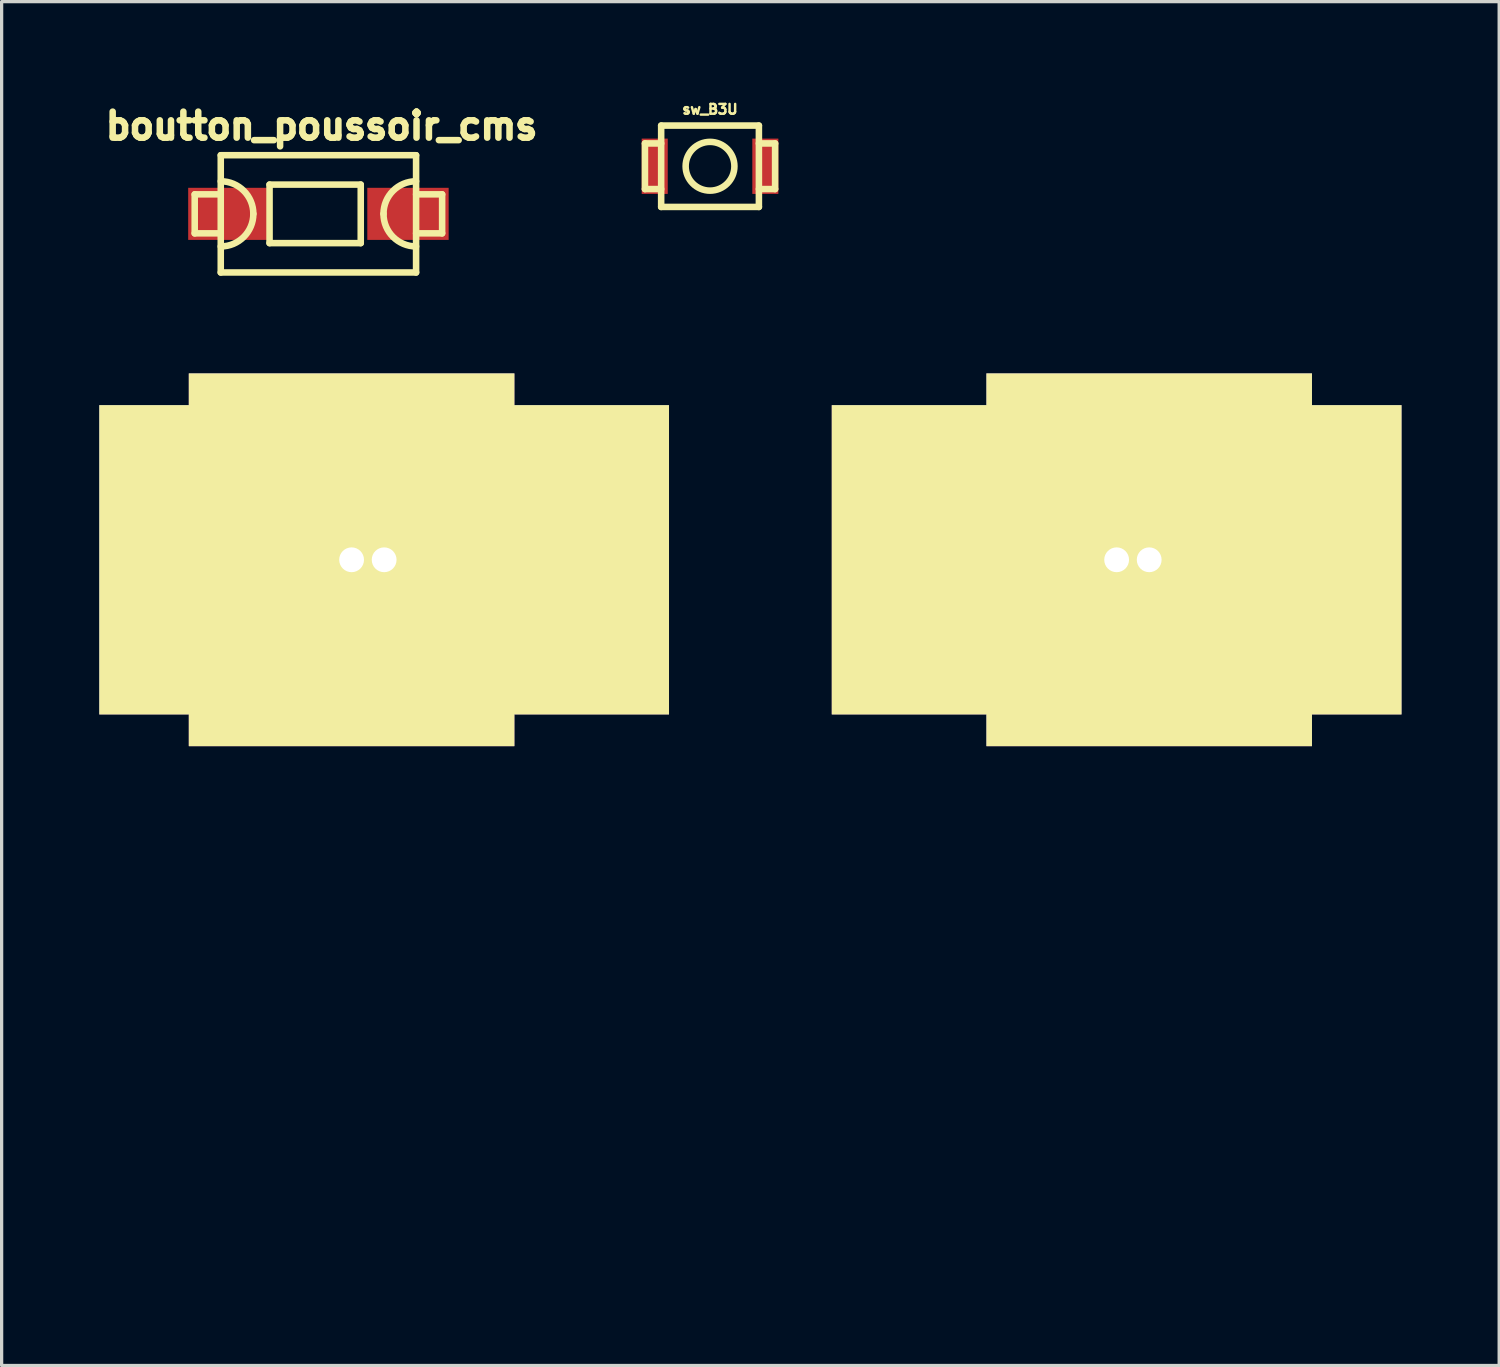
<source format=kicad_pcb>
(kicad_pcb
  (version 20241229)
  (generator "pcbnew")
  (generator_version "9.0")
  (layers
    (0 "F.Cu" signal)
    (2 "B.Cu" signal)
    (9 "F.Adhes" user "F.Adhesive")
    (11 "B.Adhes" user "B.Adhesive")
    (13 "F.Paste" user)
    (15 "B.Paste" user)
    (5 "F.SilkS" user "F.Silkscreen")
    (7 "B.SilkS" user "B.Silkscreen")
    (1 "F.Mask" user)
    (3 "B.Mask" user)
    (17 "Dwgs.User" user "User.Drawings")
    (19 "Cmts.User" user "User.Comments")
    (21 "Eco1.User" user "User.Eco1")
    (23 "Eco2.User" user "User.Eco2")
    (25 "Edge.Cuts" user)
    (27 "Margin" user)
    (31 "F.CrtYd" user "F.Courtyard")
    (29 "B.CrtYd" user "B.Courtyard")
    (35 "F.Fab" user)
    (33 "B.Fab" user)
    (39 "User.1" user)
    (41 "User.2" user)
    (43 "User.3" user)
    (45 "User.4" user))
  (footprint "sw_B3U"
    (layer "F.Cu")
    (at 18.76 2.057)
    (property "Reference" "sw_B3U" (at 0 -1.75 0) (layer "F.SilkS") (effects (font (size 0.3 0.3) (thickness 0.076))))
    (attr through_hole)
    (fp_line (start -1.999 -0.701) (end -1.501 -0.701) (stroke (width 0.201) (type solid)) (layer "F.SilkS"))
    (fp_line (start -1.999 0.701) (end -1.999 -0.701) (stroke (width 0.201) (type solid)) (layer "F.SilkS"))
    (fp_line (start -1.501 -1.25) (end 1.501 -1.25) (stroke (width 0.201) (type solid)) (layer "F.SilkS"))
    (fp_line (start -1.501 0.701) (end -1.999 0.701) (stroke (width 0.201) (type solid)) (layer "F.SilkS"))
    (fp_line (start -1.501 1.25) (end -1.501 -1.25) (stroke (width 0.201) (type solid)) (layer "F.SilkS"))
    (fp_line (start 1.501 -1.25) (end 1.501 1.25) (stroke (width 0.201) (type solid)) (layer "F.SilkS"))
    (fp_line (start 1.501 -0.701) (end 1.999 -0.701) (stroke (width 0.201) (type solid)) (layer "F.SilkS"))
    (fp_line (start 1.501 1.25) (end -1.501 1.25) (stroke (width 0.201) (type solid)) (layer "F.SilkS"))
    (fp_line (start 1.999 -0.701) (end 1.999 0.701) (stroke (width 0.201) (type solid)) (layer "F.SilkS"))
    (fp_line (start 1.999 0.701) (end 1.501 0.701) (stroke (width 0.201) (type solid)) (layer "F.SilkS"))
    (fp_circle (center 0 0) (end 0.749 0) (stroke (width 0.201) (type solid)) (fill no) (layer "F.SilkS"))
    (pad "1" smd rect (at -1.699 0) (size 0.8 1.699) (layers "F.Cu" "F.Mask" "F.Paste"))
    (pad "2" smd rect (at 1.699 0) (size 0.8 1.699) (layers "F.Cu" "F.Mask" "F.Paste")))
  (footprint "boutton_poussoir_cms"
    (layer "F.Cu")
    (at 6.731 3.519)
    (property "Reference" "boutton_poussoir_cms" (at 0.099 -2.7 0) (layer "F.SilkS") (effects (font (size 0.8 0.8) (thickness 0.201))))
    (attr through_hole)
    (fp_line (start -3.8 -0.599) (end -3.8 0.599) (stroke (width 0.201) (type solid)) (layer "F.SilkS"))
    (fp_line (start -3.8 0.599) (end -3 0.599) (stroke (width 0.201) (type solid)) (layer "F.SilkS"))
    (fp_line (start -3 -1.801) (end 3 -1.801) (stroke (width 0.201) (type solid)) (layer "F.SilkS"))
    (fp_line (start -3 -0.599) (end -3.8 -0.599) (stroke (width 0.201) (type solid)) (layer "F.SilkS"))
    (fp_line (start -3 1.801) (end -3 -1.801) (stroke (width 0.201) (type solid)) (layer "F.SilkS"))
    (fp_line (start -1.501 -0.899) (end 1.3 -0.899) (stroke (width 0.201) (type solid)) (layer "F.SilkS"))
    (fp_line (start -1.501 0.899) (end -1.501 -0.899) (stroke (width 0.201) (type solid)) (layer "F.SilkS"))
    (fp_line (start 1.3 -0.899) (end 1.3 0.899) (stroke (width 0.201) (type solid)) (layer "F.SilkS"))
    (fp_line (start 1.3 0.899) (end -1.501 0.899) (stroke (width 0.201) (type solid)) (layer "F.SilkS"))
    (fp_line (start 3 -1.801) (end 3 1.801) (stroke (width 0.201) (type solid)) (layer "F.SilkS"))
    (fp_line (start 3 -0.599) (end 3.8 -0.599) (stroke (width 0.201) (type solid)) (layer "F.SilkS"))
    (fp_line (start 3 1.801) (end -3 1.801) (stroke (width 0.201) (type solid)) (layer "F.SilkS"))
    (fp_line (start 3.8 -0.599) (end 3.8 0.599) (stroke (width 0.201) (type solid)) (layer "F.SilkS"))
    (fp_line (start 3.8 0.599) (end 3 0.599) (stroke (width 0.201) (type solid)) (layer "F.SilkS"))
    (fp_arc (start -2.99974 -1.00076) (mid -2.292096 -0.707644) (end -1.99898 0) (stroke (width 0.20066) (type solid)) (layer "F.SilkS"))
    (fp_arc (start -1.99898 0) (mid -2.292096 0.707644) (end -2.99974 1.00076) (stroke (width 0.20066) (type solid)) (layer "F.SilkS"))
    (fp_arc (start 1.99898 0) (mid 2.292096 -0.707644) (end 2.99974 -1.00076) (stroke (width 0.20066) (type solid)) (layer "F.SilkS"))
    (fp_arc (start 2.99974 1.00076) (mid 2.292096 0.707644) (end 1.99898 0) (stroke (width 0.20066) (type solid)) (layer "F.SilkS"))
    (pad "1" smd rect (at -2.751 0) (size 2.499 1.6) (layers "F.Cu" "F.Mask" "F.Paste"))
    (pad "2" smd rect (at 2.751 0) (size 2.499 1.6) (layers "F.Cu" "F.Mask" "F.Paste")))
  (footprint "Zones_Interdites"
    (layer "F.Cu")
    (at 20 35.645)
    (property "Reference" "Zones_Interdites" (at -11 -20 0) (layer "F.SilkS") (effects (font (size 1 1) (thickness 0.25))))
    (attr through_hole)
    (pad "" np_thru_hole rect (at -12.25 -21.5) (size 10 11.45) (drill 0.762) (layers "*.Cu" "*.Mask" "F.SilkS"))
    (pad "" np_thru_hole rect (at -11.25 -21.5) (size 17.5 9.5) (drill 0.762) (layers "*.Cu" "*.Mask" "F.SilkS"))
    (pad "" np_thru_hole rect (at 11.25 -21.5) (size 17.5 9.5) (drill 0.762) (layers "*.Cu" "*.Mask" "F.SilkS"))
    (pad "" np_thru_hole rect (at 12.25 -21.5) (size 10 11.45) (drill 0.762) (layers "*.Cu" "*.Mask" "F.SilkS")))
  (gr_rect
    (start -3 -3)
    (end 43 38.895)
    (stroke (width 0.1) (type default))
    (fill no)
    (layer "Edge.Cuts")))
</source>
